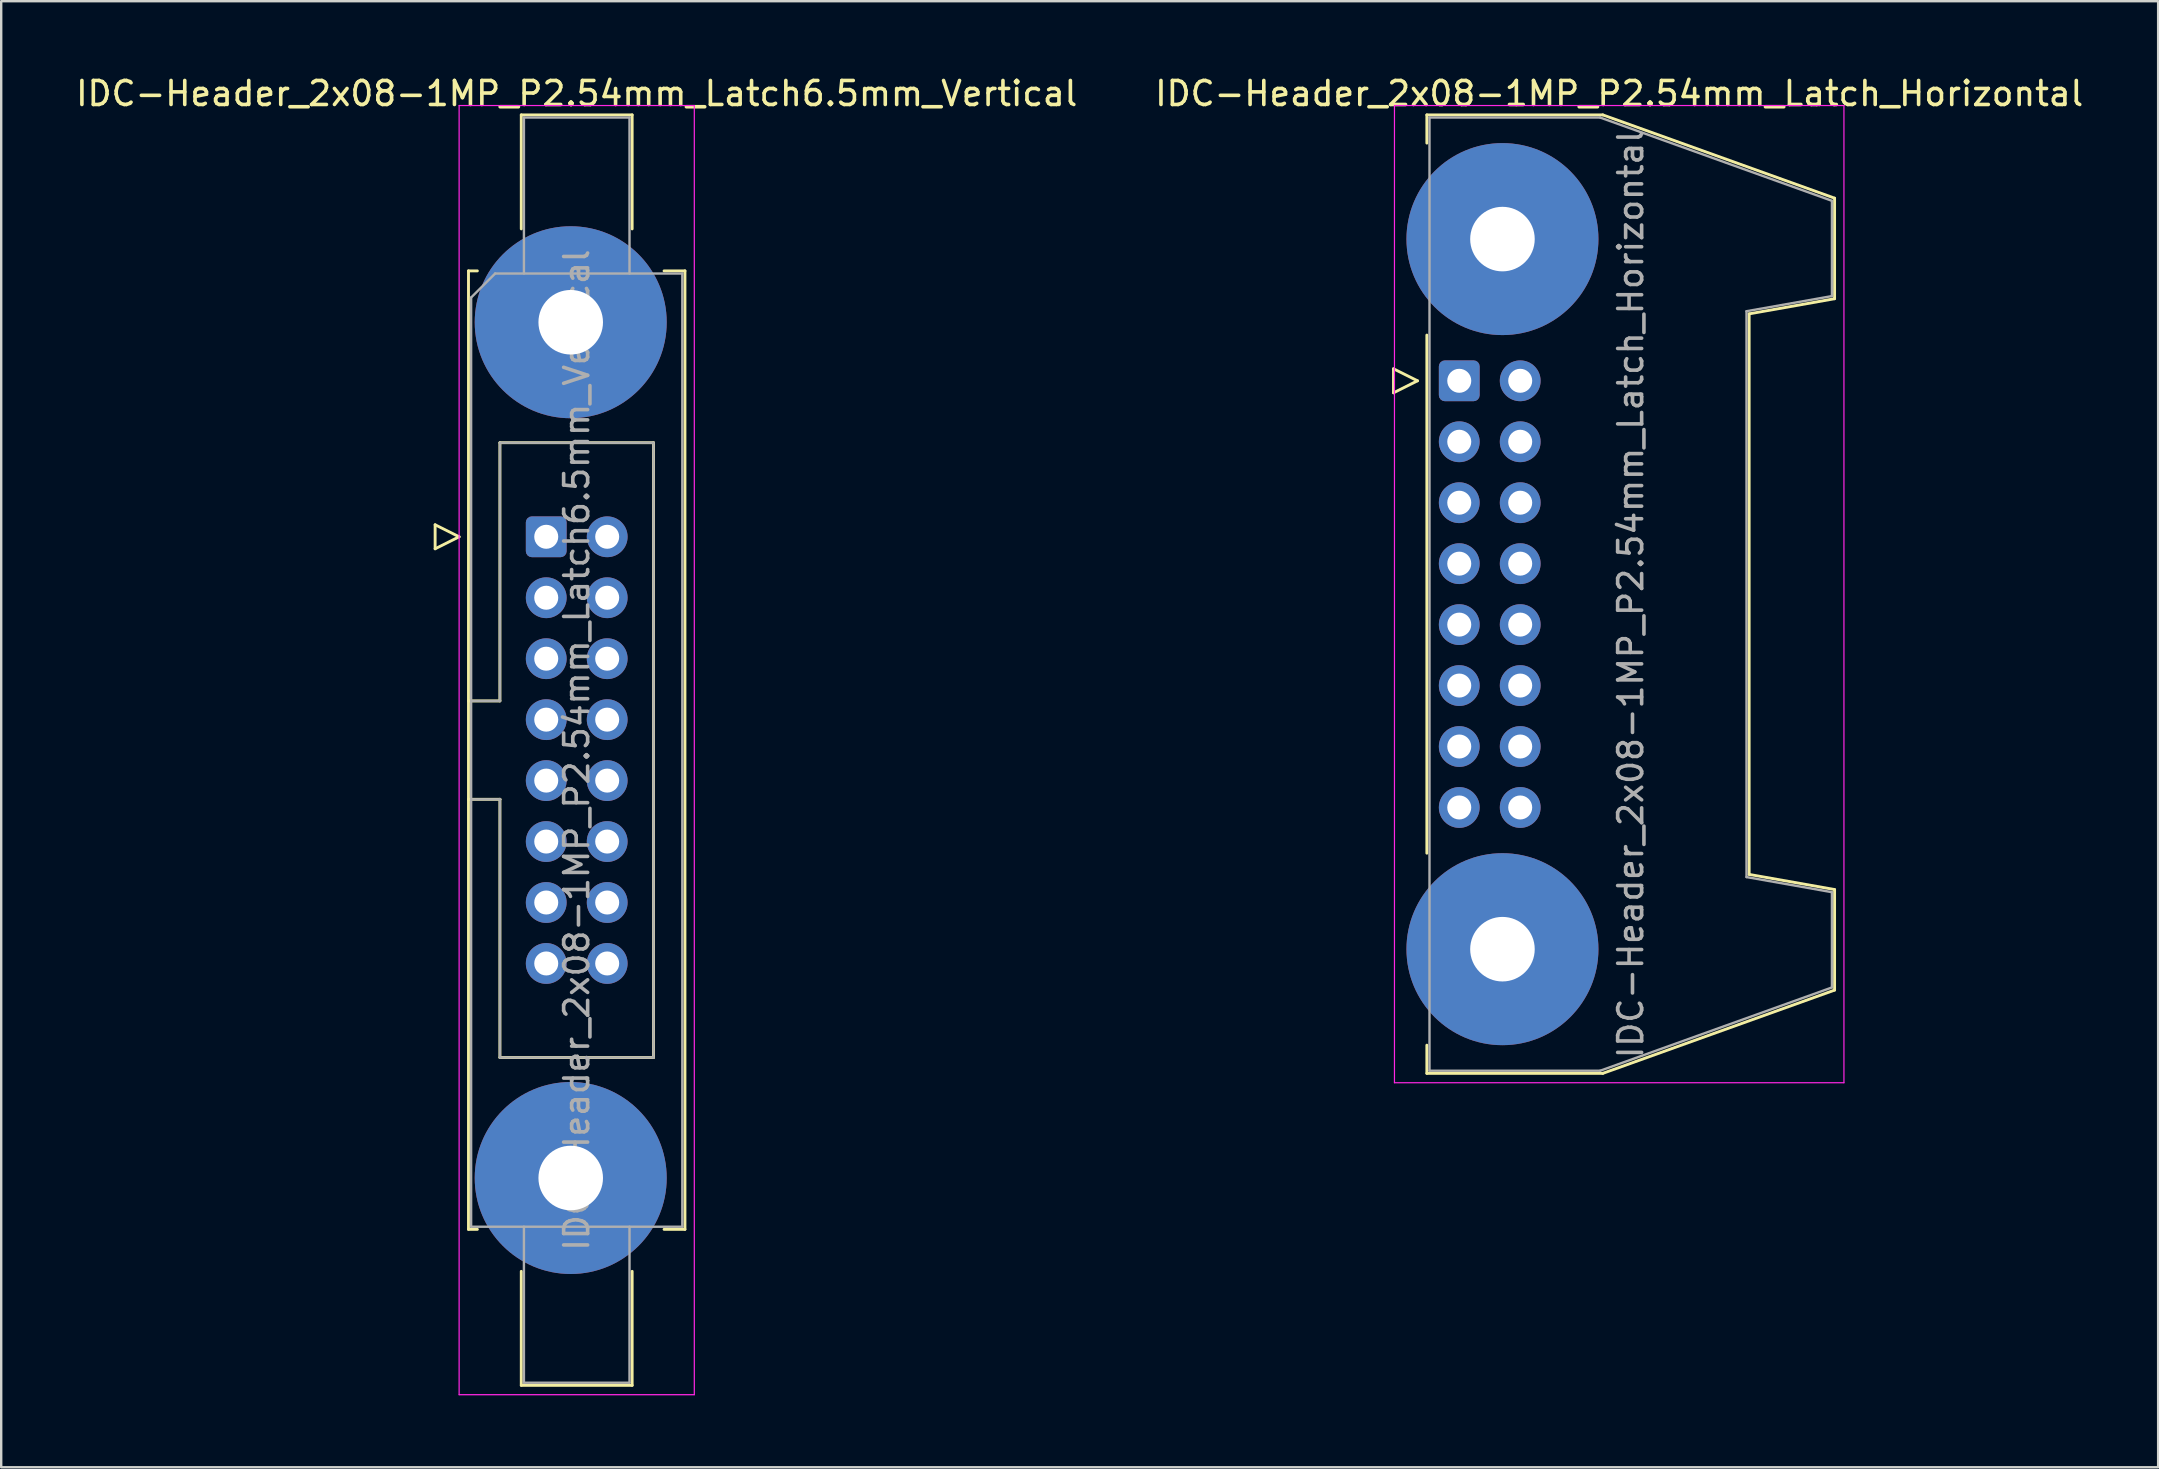
<source format=kicad_pcb>
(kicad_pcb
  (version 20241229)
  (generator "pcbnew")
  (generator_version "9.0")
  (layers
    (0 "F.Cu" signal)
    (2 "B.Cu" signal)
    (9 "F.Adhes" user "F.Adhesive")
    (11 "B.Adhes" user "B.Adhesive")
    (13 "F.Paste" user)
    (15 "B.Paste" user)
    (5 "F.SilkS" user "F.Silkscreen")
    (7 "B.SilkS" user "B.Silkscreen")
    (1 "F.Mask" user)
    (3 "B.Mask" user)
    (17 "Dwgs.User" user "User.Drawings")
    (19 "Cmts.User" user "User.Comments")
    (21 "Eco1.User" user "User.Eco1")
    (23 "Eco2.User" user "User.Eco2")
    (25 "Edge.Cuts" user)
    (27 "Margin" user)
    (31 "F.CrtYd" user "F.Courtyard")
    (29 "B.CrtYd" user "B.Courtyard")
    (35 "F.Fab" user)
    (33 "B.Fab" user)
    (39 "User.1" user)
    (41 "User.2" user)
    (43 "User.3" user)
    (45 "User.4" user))
  (footprint "IDC-Header_2x08-1MP_P2.54mm_Latch_Horizontal"
    (layer "F.Cu")
    (at 57.758 12.818)
    (property "Reference" "IDC-Header_2x08-1MP_P2.54mm_Latch_Horizontal" (at 6.665 -11.97 0) (layer "F.SilkS") (effects (font (size 1 1) (thickness 0.15))))
    (attr through_hole)
    (fp_line (start -2.74 -0.5) (end -2.74 0.5) (stroke (width 0.12) (type solid)) (layer "F.SilkS"))
    (fp_line (start -2.74 0.5) (end -1.74 0) (stroke (width 0.12) (type solid)) (layer "F.SilkS"))
    (fp_line (start -1.74 0) (end -2.74 -0.5) (stroke (width 0.12) (type solid)) (layer "F.SilkS"))
    (fp_line (start -1.35 -11.08) (end -1.35 -9.905) (stroke (width 0.12) (type solid)) (layer "F.SilkS"))
    (fp_line (start -1.35 -11.08) (end 5.98 -11.08) (stroke (width 0.12) (type solid)) (layer "F.SilkS"))
    (fp_line (start -1.35 -1.905) (end -1.35 19.685) (stroke (width 0.12) (type solid)) (layer "F.SilkS"))
    (fp_line (start -1.35 27.685) (end -1.35 28.86) (stroke (width 0.12) (type solid)) (layer "F.SilkS"))
    (fp_line (start 5.98 -11.08) (end 15.64 -7.61) (stroke (width 0.12) (type solid)) (layer "F.SilkS"))
    (fp_line (start 5.98 28.86) (end -1.35 28.86) (stroke (width 0.12) (type solid)) (layer "F.SilkS"))
    (fp_line (start 12.08 -2.79) (end 12.08 20.57) (stroke (width 0.12) (type solid)) (layer "F.SilkS"))
    (fp_line (start 12.08 20.57) (end 15.64 21.2) (stroke (width 0.12) (type solid)) (layer "F.SilkS"))
    (fp_line (start 15.64 -7.61) (end 15.64 -3.42) (stroke (width 0.12) (type solid)) (layer "F.SilkS"))
    (fp_line (start 15.64 -3.42) (end 12.08 -2.79) (stroke (width 0.12) (type solid)) (layer "F.SilkS"))
    (fp_line (start 15.64 21.2) (end 15.64 25.39) (stroke (width 0.12) (type solid)) (layer "F.SilkS"))
    (fp_line (start 15.64 25.39) (end 5.98 28.86) (stroke (width 0.12) (type solid)) (layer "F.SilkS"))
    (fp_line (start -2.7 -11.47) (end -2.7 29.25) (stroke (width 0.05) (type solid)) (layer "F.CrtYd"))
    (fp_line (start -2.7 29.25) (end 16.03 29.25) (stroke (width 0.05) (type solid)) (layer "F.CrtYd"))
    (fp_line (start 16.03 -11.47) (end -2.7 -11.47) (stroke (width 0.05) (type solid)) (layer "F.CrtYd"))
    (fp_line (start 16.03 29.25) (end 16.03 -11.47) (stroke (width 0.05) (type solid)) (layer "F.CrtYd"))
    (fp_line (start -1.24 -10.97) (end 5.87 -10.97) (stroke (width 0.1) (type solid)) (layer "F.Fab"))
    (fp_line (start -1.24 28.75) (end -1.24 -10.97) (stroke (width 0.1) (type solid)) (layer "F.Fab"))
    (fp_line (start 5.87 -10.97) (end 15.53 -7.5) (stroke (width 0.1) (type solid)) (layer "F.Fab"))
    (fp_line (start 5.87 28.75) (end -1.24 28.75) (stroke (width 0.1) (type solid)) (layer "F.Fab"))
    (fp_line (start 11.97 -2.9) (end 11.97 20.68) (stroke (width 0.1) (type solid)) (layer "F.Fab"))
    (fp_line (start 11.97 20.68) (end 15.53 21.31) (stroke (width 0.1) (type solid)) (layer "F.Fab"))
    (fp_line (start 15.53 -7.5) (end 15.53 -3.53) (stroke (width 0.1) (type solid)) (layer "F.Fab"))
    (fp_line (start 15.53 -3.53) (end 11.97 -2.9) (stroke (width 0.1) (type solid)) (layer "F.Fab"))
    (fp_line (start 15.53 21.31) (end 15.53 25.28) (stroke (width 0.1) (type solid)) (layer "F.Fab"))
    (fp_line (start 15.53 25.28) (end 5.87 28.75) (stroke (width 0.1) (type solid)) (layer "F.Fab"))
    (fp_text user "${REFERENCE}" (at 7.145 8.89 90) (layer "F.Fab") (effects (font (size 1 1) (thickness 0.15))))
    (pad "1" thru_hole roundrect (at 0 0) (size 1.7 1.7) (drill 1) (layers "*.Cu" "*.Mask") (roundrect_rratio 0.147))
    (pad "2" thru_hole circle (at 2.54 0) (size 1.7 1.7) (drill 1) (layers "*.Cu" "*.Mask"))
    (pad "3" thru_hole circle (at 0 2.54) (size 1.7 1.7) (drill 1) (layers "*.Cu" "*.Mask"))
    (pad "4" thru_hole circle (at 2.54 2.54) (size 1.7 1.7) (drill 1) (layers "*.Cu" "*.Mask"))
    (pad "5" thru_hole circle (at 0 5.08) (size 1.7 1.7) (drill 1) (layers "*.Cu" "*.Mask"))
    (pad "6" thru_hole circle (at 2.54 5.08) (size 1.7 1.7) (drill 1) (layers "*.Cu" "*.Mask"))
    (pad "7" thru_hole circle (at 0 7.62) (size 1.7 1.7) (drill 1) (layers "*.Cu" "*.Mask"))
    (pad "8" thru_hole circle (at 2.54 7.62) (size 1.7 1.7) (drill 1) (layers "*.Cu" "*.Mask"))
    (pad "9" thru_hole circle (at 0 10.16) (size 1.7 1.7) (drill 1) (layers "*.Cu" "*.Mask"))
    (pad "10" thru_hole circle (at 2.54 10.16) (size 1.7 1.7) (drill 1) (layers "*.Cu" "*.Mask"))
    (pad "11" thru_hole circle (at 0 12.7) (size 1.7 1.7) (drill 1) (layers "*.Cu" "*.Mask"))
    (pad "12" thru_hole circle (at 2.54 12.7) (size 1.7 1.7) (drill 1) (layers "*.Cu" "*.Mask"))
    (pad "13" thru_hole circle (at 0 15.24) (size 1.7 1.7) (drill 1) (layers "*.Cu" "*.Mask"))
    (pad "14" thru_hole circle (at 2.54 15.24) (size 1.7 1.7) (drill 1) (layers "*.Cu" "*.Mask"))
    (pad "15" thru_hole circle (at 0 17.78) (size 1.7 1.7) (drill 1) (layers "*.Cu" "*.Mask"))
    (pad "16" thru_hole circle (at 2.54 17.78) (size 1.7 1.7) (drill 1) (layers "*.Cu" "*.Mask"))
    (pad "MP" thru_hole circle (at 1.8 -5.905) (size 8 8) (drill 2.69) (layers "*.Cu" "*.Mask"))
    (pad "MP" thru_hole circle (at 1.8 23.685) (size 8 8) (drill 2.69) (layers "*.Cu" "*.Mask")))
  (footprint "IDC-Header_2x08-1MP_P2.54mm_Latch6.5mm_Vertical"
    (layer "F.Cu")
    (at 19.712 19.318)
    (property "Reference" "IDC-Header_2x08-1MP_P2.54mm_Latch6.5mm_Vertical" (at 1.27 -18.47 0) (layer "F.SilkS") (effects (font (size 1 1) (thickness 0.15))))
    (attr through_hole)
    (fp_line (start -4.63 -0.5) (end -4.63 0.5) (stroke (width 0.12) (type solid)) (layer "F.SilkS"))
    (fp_line (start -4.63 0.5) (end -3.63 0) (stroke (width 0.12) (type solid)) (layer "F.SilkS"))
    (fp_line (start -3.63 0) (end -4.63 -0.5) (stroke (width 0.12) (type solid)) (layer "F.SilkS"))
    (fp_line (start -3.24 -11.08) (end -3.24 28.86) (stroke (width 0.12) (type solid)) (layer "F.SilkS"))
    (fp_line (start -3.24 6.84) (end -1.93 6.84) (stroke (width 0.12) (type solid)) (layer "F.SilkS"))
    (fp_line (start -3.24 28.86) (end -2.87 28.86) (stroke (width 0.12) (type solid)) (layer "F.SilkS"))
    (fp_line (start -2.87 -11.08) (end -3.24 -11.08) (stroke (width 0.12) (type solid)) (layer "F.SilkS"))
    (fp_line (start -1.93 -3.92) (end 4.47 -3.92) (stroke (width 0.12) (type solid)) (layer "F.SilkS"))
    (fp_line (start -1.93 6.84) (end -1.93 -3.92) (stroke (width 0.12) (type solid)) (layer "F.SilkS"))
    (fp_line (start -1.93 10.94) (end -3.24 10.94) (stroke (width 0.12) (type solid)) (layer "F.SilkS"))
    (fp_line (start -1.93 10.94) (end -1.93 10.94) (stroke (width 0.12) (type solid)) (layer "F.SilkS"))
    (fp_line (start -1.93 21.7) (end -1.93 10.94) (stroke (width 0.12) (type solid)) (layer "F.SilkS"))
    (fp_line (start -1.04 -17.58) (end 3.58 -17.58) (stroke (width 0.12) (type solid)) (layer "F.SilkS"))
    (fp_line (start -1.04 -12.83) (end -1.04 -17.58) (stroke (width 0.12) (type solid)) (layer "F.SilkS"))
    (fp_line (start -1.04 30.61) (end -1.04 35.36) (stroke (width 0.12) (type solid)) (layer "F.SilkS"))
    (fp_line (start -1.04 35.36) (end 3.58 35.36) (stroke (width 0.12) (type solid)) (layer "F.SilkS"))
    (fp_line (start 3.58 -17.58) (end 3.58 -12.83) (stroke (width 0.12) (type solid)) (layer "F.SilkS"))
    (fp_line (start 3.58 35.36) (end 3.58 30.61) (stroke (width 0.12) (type solid)) (layer "F.SilkS"))
    (fp_line (start 4.47 -3.92) (end 4.47 21.7) (stroke (width 0.12) (type solid)) (layer "F.SilkS"))
    (fp_line (start 4.47 21.7) (end -1.93 21.7) (stroke (width 0.12) (type solid)) (layer "F.SilkS"))
    (fp_line (start 4.91 -11.08) (end 5.78 -11.08) (stroke (width 0.12) (type solid)) (layer "F.SilkS"))
    (fp_line (start 5.78 -11.08) (end 5.78 28.86) (stroke (width 0.12) (type solid)) (layer "F.SilkS"))
    (fp_line (start 5.78 28.86) (end 4.91 28.86) (stroke (width 0.12) (type solid)) (layer "F.SilkS"))
    (fp_line (start -3.63 -17.97) (end -3.63 35.75) (stroke (width 0.05) (type solid)) (layer "F.CrtYd"))
    (fp_line (start -3.63 35.75) (end 6.17 35.75) (stroke (width 0.05) (type solid)) (layer "F.CrtYd"))
    (fp_line (start 6.17 -17.97) (end -3.63 -17.97) (stroke (width 0.05) (type solid)) (layer "F.CrtYd"))
    (fp_line (start 6.17 35.75) (end 6.17 -17.97) (stroke (width 0.05) (type solid)) (layer "F.CrtYd"))
    (fp_line (start -3.13 -9.97) (end -2.13 -10.97) (stroke (width 0.1) (type solid)) (layer "F.Fab"))
    (fp_line (start -3.13 6.84) (end -1.93 6.84) (stroke (width 0.1) (type solid)) (layer "F.Fab"))
    (fp_line (start -3.13 28.75) (end -3.13 -9.97) (stroke (width 0.1) (type solid)) (layer "F.Fab"))
    (fp_line (start -2.13 -10.97) (end 5.67 -10.97) (stroke (width 0.1) (type solid)) (layer "F.Fab"))
    (fp_line (start -1.93 -3.92) (end 4.47 -3.92) (stroke (width 0.1) (type solid)) (layer "F.Fab"))
    (fp_line (start -1.93 6.84) (end -1.93 -3.92) (stroke (width 0.1) (type solid)) (layer "F.Fab"))
    (fp_line (start -1.93 10.94) (end -3.13 10.94) (stroke (width 0.1) (type solid)) (layer "F.Fab"))
    (fp_line (start -1.93 10.94) (end -1.93 10.94) (stroke (width 0.1) (type solid)) (layer "F.Fab"))
    (fp_line (start -1.93 21.7) (end -1.93 10.94) (stroke (width 0.1) (type solid)) (layer "F.Fab"))
    (fp_line (start -0.93 -17.47) (end 3.47 -17.47) (stroke (width 0.1) (type solid)) (layer "F.Fab"))
    (fp_line (start -0.93 -10.97) (end -0.93 -17.47) (stroke (width 0.1) (type solid)) (layer "F.Fab"))
    (fp_line (start -0.93 28.75) (end -0.93 35.25) (stroke (width 0.1) (type solid)) (layer "F.Fab"))
    (fp_line (start -0.93 35.25) (end 3.47 35.25) (stroke (width 0.1) (type solid)) (layer "F.Fab"))
    (fp_line (start 3.47 -17.47) (end 3.47 -10.97) (stroke (width 0.1) (type solid)) (layer "F.Fab"))
    (fp_line (start 3.47 35.25) (end 3.47 28.75) (stroke (width 0.1) (type solid)) (layer "F.Fab"))
    (fp_line (start 4.47 -3.92) (end 4.47 21.7) (stroke (width 0.1) (type solid)) (layer "F.Fab"))
    (fp_line (start 4.47 21.7) (end -1.93 21.7) (stroke (width 0.1) (type solid)) (layer "F.Fab"))
    (fp_line (start 5.67 -10.97) (end 5.67 28.75) (stroke (width 0.1) (type solid)) (layer "F.Fab"))
    (fp_line (start 5.67 28.75) (end -3.13 28.75) (stroke (width 0.1) (type solid)) (layer "F.Fab"))
    (fp_text user "${REFERENCE}" (at 1.27 8.89 90) (layer "F.Fab") (effects (font (size 1 1) (thickness 0.15))))
    (pad "1" thru_hole roundrect (at 0 0) (size 1.7 1.7) (drill 1) (layers "*.Cu" "*.Mask") (roundrect_rratio 0.147))
    (pad "2" thru_hole circle (at 2.54 0) (size 1.7 1.7) (drill 1) (layers "*.Cu" "*.Mask"))
    (pad "3" thru_hole circle (at 0 2.54) (size 1.7 1.7) (drill 1) (layers "*.Cu" "*.Mask"))
    (pad "4" thru_hole circle (at 2.54 2.54) (size 1.7 1.7) (drill 1) (layers "*.Cu" "*.Mask"))
    (pad "5" thru_hole circle (at 0 5.08) (size 1.7 1.7) (drill 1) (layers "*.Cu" "*.Mask"))
    (pad "6" thru_hole circle (at 2.54 5.08) (size 1.7 1.7) (drill 1) (layers "*.Cu" "*.Mask"))
    (pad "7" thru_hole circle (at 0 7.62) (size 1.7 1.7) (drill 1) (layers "*.Cu" "*.Mask"))
    (pad "8" thru_hole circle (at 2.54 7.62) (size 1.7 1.7) (drill 1) (layers "*.Cu" "*.Mask"))
    (pad "9" thru_hole circle (at 0 10.16) (size 1.7 1.7) (drill 1) (layers "*.Cu" "*.Mask"))
    (pad "10" thru_hole circle (at 2.54 10.16) (size 1.7 1.7) (drill 1) (layers "*.Cu" "*.Mask"))
    (pad "11" thru_hole circle (at 0 12.7) (size 1.7 1.7) (drill 1) (layers "*.Cu" "*.Mask"))
    (pad "12" thru_hole circle (at 2.54 12.7) (size 1.7 1.7) (drill 1) (layers "*.Cu" "*.Mask"))
    (pad "13" thru_hole circle (at 0 15.24) (size 1.7 1.7) (drill 1) (layers "*.Cu" "*.Mask"))
    (pad "14" thru_hole circle (at 2.54 15.24) (size 1.7 1.7) (drill 1) (layers "*.Cu" "*.Mask"))
    (pad "15" thru_hole circle (at 0 17.78) (size 1.7 1.7) (drill 1) (layers "*.Cu" "*.Mask"))
    (pad "16" thru_hole circle (at 2.54 17.78) (size 1.7 1.7) (drill 1) (layers "*.Cu" "*.Mask"))
    (pad "MP" thru_hole circle (at 1.02 -8.94) (size 8 8) (drill 2.69) (layers "*.Cu" "*.Mask"))
    (pad "MP" thru_hole circle (at 1.02 26.72) (size 8 8) (drill 2.69) (layers "*.Cu" "*.Mask")))
  (gr_rect
    (start -3 -3)
    (end 86.881 58.093)
    (stroke (width 0.1) (type default))
    (fill no)
    (layer "Edge.Cuts")))
</source>
